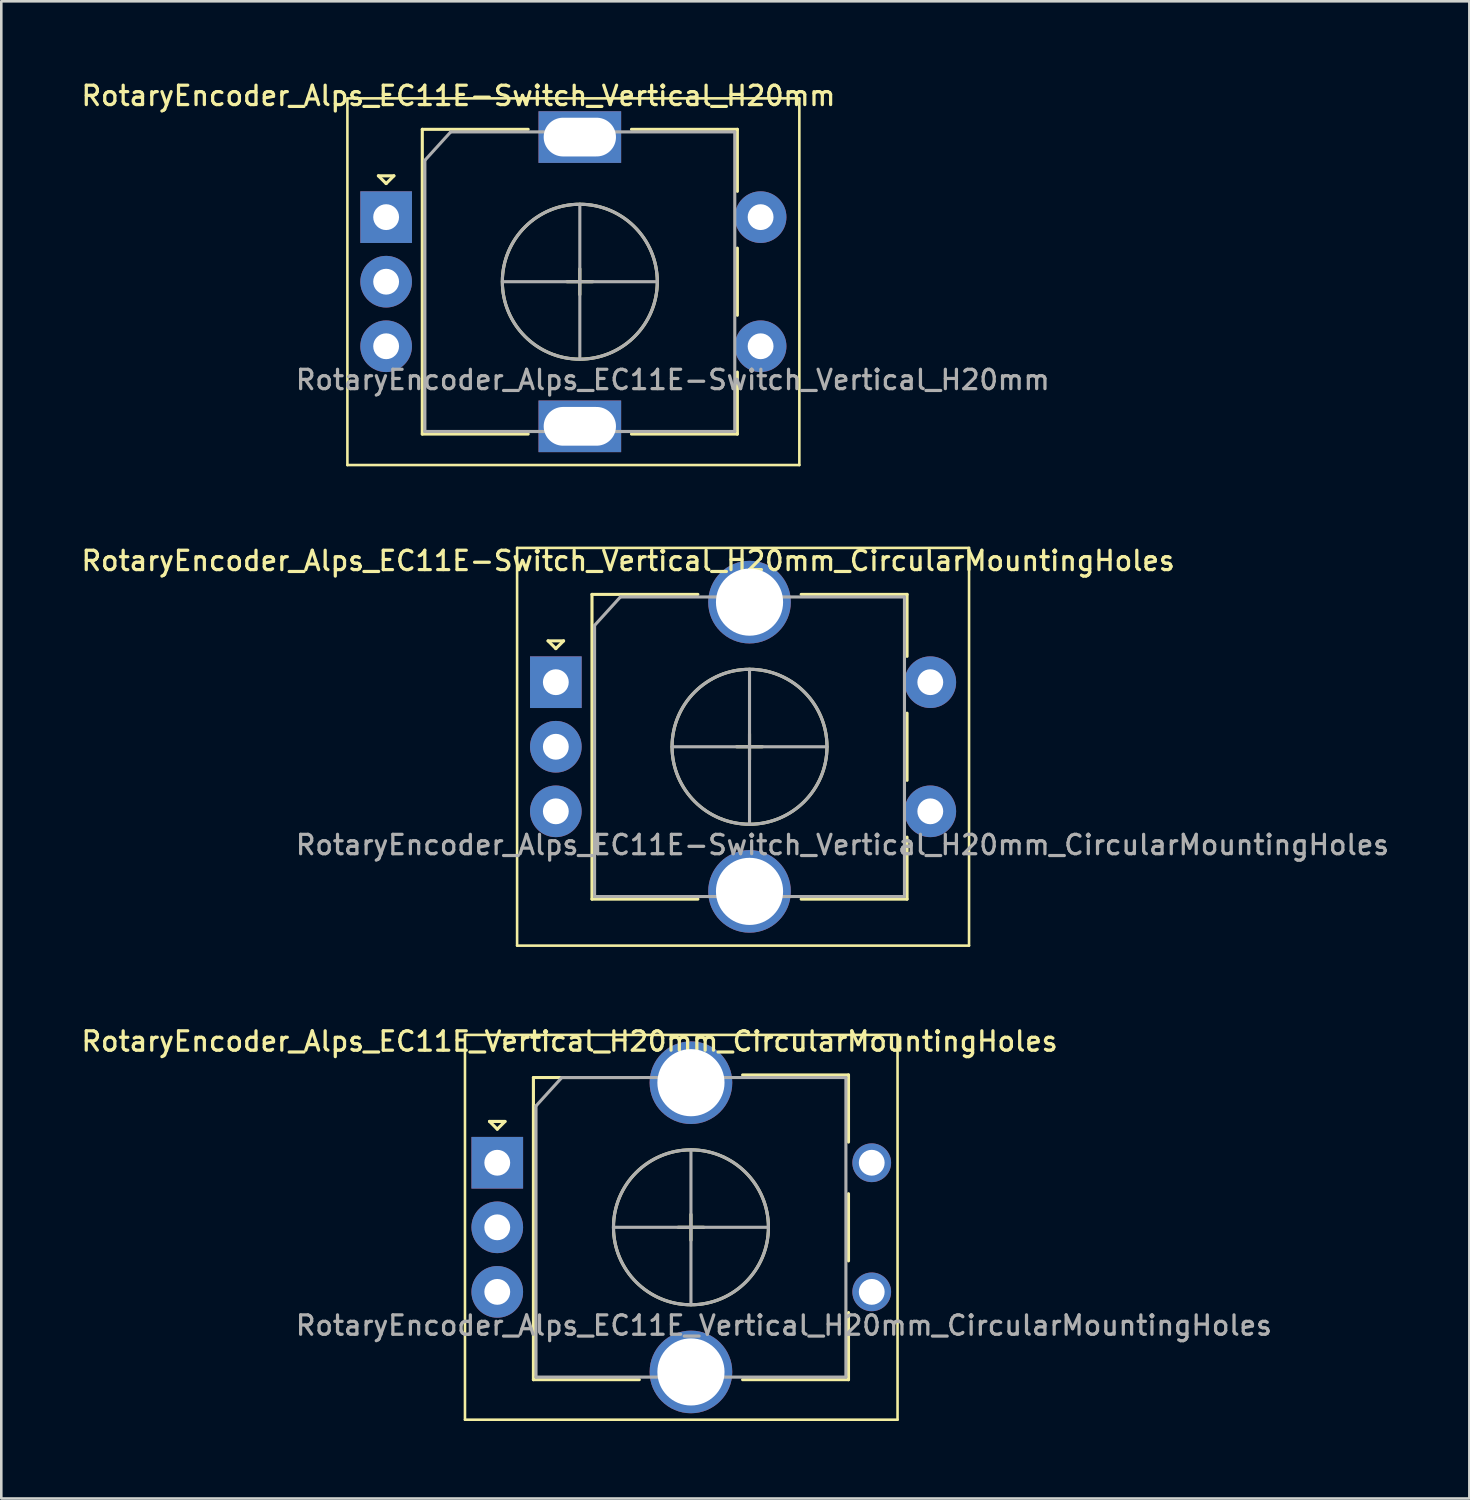
<source format=kicad_pcb>
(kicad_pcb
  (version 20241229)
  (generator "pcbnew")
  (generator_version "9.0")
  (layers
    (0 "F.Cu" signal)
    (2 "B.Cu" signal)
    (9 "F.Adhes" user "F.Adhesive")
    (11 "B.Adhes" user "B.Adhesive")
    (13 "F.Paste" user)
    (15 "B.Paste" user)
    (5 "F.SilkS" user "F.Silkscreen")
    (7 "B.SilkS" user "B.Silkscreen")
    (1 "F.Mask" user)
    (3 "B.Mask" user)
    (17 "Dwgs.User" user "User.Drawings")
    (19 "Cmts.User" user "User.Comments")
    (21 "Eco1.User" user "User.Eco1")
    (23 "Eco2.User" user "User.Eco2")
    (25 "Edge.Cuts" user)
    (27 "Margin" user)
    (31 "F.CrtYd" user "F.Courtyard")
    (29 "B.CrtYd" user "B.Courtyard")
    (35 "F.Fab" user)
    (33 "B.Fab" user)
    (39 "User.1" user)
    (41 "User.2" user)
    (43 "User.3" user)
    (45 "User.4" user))
  (footprint "RotaryEncoder_Alps_EC11E_Vertical_H20mm_CircularMountingHoles"
    (layer "F.Cu")
    (at 16.205 41.974)
    (property "Reference" "RotaryEncoder_Alps_EC11E_Vertical_H20mm_CircularMountingHoles" (at 2.8 -4.7 0) (layer "F.SilkS") (effects (font (size 0.75 0.75) (thickness 0.125))))
    (attr through_hole)
    (fp_line (start -1.25 -4.95) (end -1.25 9.95) (stroke (width 0.1) (type solid)) (layer "F.SilkS"))
    (fp_line (start -1.25 -4.95) (end 15.5 -4.95) (stroke (width 0.1) (type solid)) (layer "F.SilkS"))
    (fp_line (start -0.3 -1.6) (end 0.3 -1.6) (stroke (width 0.12) (type solid)) (layer "F.SilkS"))
    (fp_line (start 0 -1.3) (end -0.3 -1.6) (stroke (width 0.12) (type solid)) (layer "F.SilkS"))
    (fp_line (start 0.3 -1.6) (end 0 -1.3) (stroke (width 0.12) (type solid)) (layer "F.SilkS"))
    (fp_line (start 1.4 -3.3) (end 1.4 8.4) (stroke (width 0.12) (type solid)) (layer "F.SilkS"))
    (fp_line (start 5.5 -3.3) (end 1.4 -3.3) (stroke (width 0.12) (type solid)) (layer "F.SilkS"))
    (fp_line (start 5.5 8.4) (end 1.4 8.4) (stroke (width 0.12) (type solid)) (layer "F.SilkS"))
    (fp_line (start 7 2.5) (end 8 2.5) (stroke (width 0.12) (type solid)) (layer "F.SilkS"))
    (fp_line (start 7.5 2) (end 7.5 3) (stroke (width 0.12) (type solid)) (layer "F.SilkS"))
    (fp_line (start 9.5 -3.4) (end 13.6 -3.4) (stroke (width 0.12) (type solid)) (layer "F.SilkS"))
    (fp_line (start 13.6 -3.4) (end 13.6 -0.8) (stroke (width 0.12) (type solid)) (layer "F.SilkS"))
    (fp_line (start 13.6 1.2) (end 13.6 3.8) (stroke (width 0.12) (type solid)) (layer "F.SilkS"))
    (fp_line (start 13.6 5.8) (end 13.6 8.4) (stroke (width 0.12) (type solid)) (layer "F.SilkS"))
    (fp_line (start 13.6 8.4) (end 9.5 8.4) (stroke (width 0.12) (type solid)) (layer "F.SilkS"))
    (fp_line (start 15.5 9.95) (end -1.25 9.95) (stroke (width 0.1) (type solid)) (layer "F.SilkS"))
    (fp_line (start 15.5 9.95) (end 15.5 -4.95) (stroke (width 0.1) (type solid)) (layer "F.SilkS"))
    (fp_circle (center 7.5 2.5) (end 10.5 2.5) (stroke (width 0.12) (type solid)) (fill no) (layer "F.SilkS"))
    (fp_line (start 1.5 -2.2) (end 2.5 -3.3) (stroke (width 0.12) (type solid)) (layer "F.Fab"))
    (fp_line (start 1.5 8.3) (end 1.5 -2.2) (stroke (width 0.12) (type solid)) (layer "F.Fab"))
    (fp_line (start 2.5 -3.3) (end 13.5 -3.3) (stroke (width 0.12) (type solid)) (layer "F.Fab"))
    (fp_line (start 4.5 2.5) (end 10.5 2.5) (stroke (width 0.12) (type solid)) (layer "F.Fab"))
    (fp_line (start 7.5 -0.5) (end 7.5 5.5) (stroke (width 0.12) (type solid)) (layer "F.Fab"))
    (fp_line (start 13.5 -3.3) (end 13.5 8.3) (stroke (width 0.12) (type solid)) (layer "F.Fab"))
    (fp_line (start 13.5 8.3) (end 1.5 8.3) (stroke (width 0.12) (type solid)) (layer "F.Fab"))
    (fp_circle (center 7.5 2.5) (end 10.5 2.5) (stroke (width 0.12) (type solid)) (fill no) (layer "F.Fab"))
    (fp_text user "${REFERENCE}" (at 11.1 6.3 0) (layer "F.Fab") (effects (font (size 0.75 0.75) (thickness 0.125))))
    (pad "" thru_hole circle (at 14.5 0) (size 1.5 1.5) (drill 1) (layers "*.Cu" "*.Mask"))
    (pad "" thru_hole circle (at 14.5 5) (size 1.5 1.5) (drill 1) (layers "*.Cu" "*.Mask"))
    (pad "A" thru_hole rect (at 0 0) (size 2 2) (drill 1) (layers "*.Cu" "*.Mask"))
    (pad "B" thru_hole circle (at 0 5) (size 2 2) (drill 1) (layers "*.Cu" "*.Mask"))
    (pad "C" thru_hole circle (at 0 2.5) (size 2 2) (drill 1) (layers "*.Cu" "*.Mask"))
    (pad "MP" thru_hole circle (at 7.5 -3.1) (size 3.2 3.2) (drill 2.6) (layers "*.Cu" "*.Mask"))
    (pad "MP" thru_hole circle (at 7.5 8.1) (size 3.2 3.2) (drill 2.6) (layers "*.Cu" "*.Mask")))
  (footprint "RotaryEncoder_Alps_EC11E-Switch_Vertical_H20mm_CircularMountingHoles"
    (layer "F.Cu")
    (at 18.473 23.366)
    (property "Reference" "RotaryEncoder_Alps_EC11E-Switch_Vertical_H20mm_CircularMountingHoles" (at 2.8 -4.7 0) (layer "F.SilkS") (effects (font (size 0.75 0.75) (thickness 0.125))))
    (attr through_hole)
    (fp_line (start -1.5 -5.2) (end -1.5 10.2) (stroke (width 0.1) (type solid)) (layer "F.SilkS"))
    (fp_line (start -1.5 -5.2) (end 16 -5.2) (stroke (width 0.1) (type solid)) (layer "F.SilkS"))
    (fp_line (start -0.3 -1.6) (end 0.3 -1.6) (stroke (width 0.12) (type solid)) (layer "F.SilkS"))
    (fp_line (start 0 -1.3) (end -0.3 -1.6) (stroke (width 0.12) (type solid)) (layer "F.SilkS"))
    (fp_line (start 0.3 -1.6) (end 0 -1.3) (stroke (width 0.12) (type solid)) (layer "F.SilkS"))
    (fp_line (start 1.4 -3.4) (end 1.4 8.4) (stroke (width 0.12) (type solid)) (layer "F.SilkS"))
    (fp_line (start 5.5 -3.4) (end 1.4 -3.4) (stroke (width 0.12) (type solid)) (layer "F.SilkS"))
    (fp_line (start 5.5 8.4) (end 1.4 8.4) (stroke (width 0.12) (type solid)) (layer "F.SilkS"))
    (fp_line (start 7 2.5) (end 8 2.5) (stroke (width 0.12) (type solid)) (layer "F.SilkS"))
    (fp_line (start 7.5 2) (end 7.5 3) (stroke (width 0.12) (type solid)) (layer "F.SilkS"))
    (fp_line (start 9.5 -3.4) (end 13.6 -3.4) (stroke (width 0.12) (type solid)) (layer "F.SilkS"))
    (fp_line (start 13.6 -3.4) (end 13.6 -1) (stroke (width 0.12) (type solid)) (layer "F.SilkS"))
    (fp_line (start 13.6 1.2) (end 13.6 3.8) (stroke (width 0.12) (type solid)) (layer "F.SilkS"))
    (fp_line (start 13.6 6) (end 13.6 8.4) (stroke (width 0.12) (type solid)) (layer "F.SilkS"))
    (fp_line (start 13.6 8.4) (end 9.5 8.4) (stroke (width 0.12) (type solid)) (layer "F.SilkS"))
    (fp_line (start 16 10.2) (end -1.5 10.2) (stroke (width 0.1) (type solid)) (layer "F.SilkS"))
    (fp_line (start 16 10.2) (end 16 -5.2) (stroke (width 0.1) (type solid)) (layer "F.SilkS"))
    (fp_circle (center 7.5 2.5) (end 10.5 2.5) (stroke (width 0.12) (type solid)) (fill no) (layer "F.SilkS"))
    (fp_line (start 1.5 -2.2) (end 2.5 -3.3) (stroke (width 0.12) (type solid)) (layer "F.Fab"))
    (fp_line (start 1.5 8.3) (end 1.5 -2.2) (stroke (width 0.12) (type solid)) (layer "F.Fab"))
    (fp_line (start 2.5 -3.3) (end 13.5 -3.3) (stroke (width 0.12) (type solid)) (layer "F.Fab"))
    (fp_line (start 4.5 2.5) (end 10.5 2.5) (stroke (width 0.12) (type solid)) (layer "F.Fab"))
    (fp_line (start 7.5 -0.5) (end 7.5 5.5) (stroke (width 0.12) (type solid)) (layer "F.Fab"))
    (fp_line (start 13.5 -3.3) (end 13.5 8.3) (stroke (width 0.12) (type solid)) (layer "F.Fab"))
    (fp_line (start 13.5 8.3) (end 1.5 8.3) (stroke (width 0.12) (type solid)) (layer "F.Fab"))
    (fp_circle (center 7.5 2.5) (end 10.5 2.5) (stroke (width 0.12) (type solid)) (fill no) (layer "F.Fab"))
    (fp_text user "${REFERENCE}" (at 11.1 6.3 0) (layer "F.Fab") (effects (font (size 0.75 0.75) (thickness 0.125))))
    (pad "A" thru_hole rect (at 0 0) (size 2 2) (drill 1) (layers "*.Cu" "*.Mask"))
    (pad "B" thru_hole circle (at 0 5) (size 2 2) (drill 1) (layers "*.Cu" "*.Mask"))
    (pad "C" thru_hole circle (at 0 2.5) (size 2 2) (drill 1) (layers "*.Cu" "*.Mask"))
    (pad "MP" thru_hole circle (at 7.5 -3.1) (size 3.2 3.2) (drill 2.6) (layers "*.Cu" "*.Mask"))
    (pad "MP" thru_hole circle (at 7.5 8.1) (size 3.2 3.2) (drill 2.6) (layers "*.Cu" "*.Mask"))
    (pad "S1" thru_hole circle (at 14.5 5) (size 2 2) (drill 1) (layers "*.Cu" "*.Mask"))
    (pad "S2" thru_hole circle (at 14.5 0) (size 2 2) (drill 1) (layers "*.Cu" "*.Mask")))
  (footprint "RotaryEncoder_Alps_EC11E-Switch_Vertical_H20mm"
    (layer "F.Cu")
    (at 11.902 5.358)
    (property "Reference" "RotaryEncoder_Alps_EC11E-Switch_Vertical_H20mm" (at 2.8 -4.7 0) (layer "F.SilkS") (effects (font (size 0.75 0.75) (thickness 0.125))))
    (attr through_hole)
    (fp_line (start -1.5 -4.6) (end -1.5 9.6) (stroke (width 0.1) (type solid)) (layer "F.SilkS"))
    (fp_line (start -1.5 -4.6) (end 16 -4.6) (stroke (width 0.1) (type solid)) (layer "F.SilkS"))
    (fp_line (start -0.3 -1.6) (end 0.3 -1.6) (stroke (width 0.12) (type solid)) (layer "F.SilkS"))
    (fp_line (start 0 -1.3) (end -0.3 -1.6) (stroke (width 0.12) (type solid)) (layer "F.SilkS"))
    (fp_line (start 0.3 -1.6) (end 0 -1.3) (stroke (width 0.12) (type solid)) (layer "F.SilkS"))
    (fp_line (start 1.4 -3.4) (end 1.4 8.4) (stroke (width 0.12) (type solid)) (layer "F.SilkS"))
    (fp_line (start 5.5 -3.4) (end 1.4 -3.4) (stroke (width 0.12) (type solid)) (layer "F.SilkS"))
    (fp_line (start 5.5 8.4) (end 1.4 8.4) (stroke (width 0.12) (type solid)) (layer "F.SilkS"))
    (fp_line (start 7 2.5) (end 8 2.5) (stroke (width 0.12) (type solid)) (layer "F.SilkS"))
    (fp_line (start 7.5 2) (end 7.5 3) (stroke (width 0.12) (type solid)) (layer "F.SilkS"))
    (fp_line (start 9.5 -3.4) (end 13.6 -3.4) (stroke (width 0.12) (type solid)) (layer "F.SilkS"))
    (fp_line (start 13.6 -3.4) (end 13.6 -1) (stroke (width 0.12) (type solid)) (layer "F.SilkS"))
    (fp_line (start 13.6 1.2) (end 13.6 3.8) (stroke (width 0.12) (type solid)) (layer "F.SilkS"))
    (fp_line (start 13.6 6) (end 13.6 8.4) (stroke (width 0.12) (type solid)) (layer "F.SilkS"))
    (fp_line (start 13.6 8.4) (end 9.5 8.4) (stroke (width 0.12) (type solid)) (layer "F.SilkS"))
    (fp_line (start 16 9.6) (end -1.5 9.6) (stroke (width 0.1) (type solid)) (layer "F.SilkS"))
    (fp_line (start 16 9.6) (end 16 -4.6) (stroke (width 0.1) (type solid)) (layer "F.SilkS"))
    (fp_circle (center 7.5 2.5) (end 10.5 2.5) (stroke (width 0.12) (type solid)) (fill no) (layer "F.SilkS"))
    (fp_line (start 1.5 -2.2) (end 2.5 -3.3) (stroke (width 0.12) (type solid)) (layer "F.Fab"))
    (fp_line (start 1.5 8.3) (end 1.5 -2.2) (stroke (width 0.12) (type solid)) (layer "F.Fab"))
    (fp_line (start 2.5 -3.3) (end 13.5 -3.3) (stroke (width 0.12) (type solid)) (layer "F.Fab"))
    (fp_line (start 4.5 2.5) (end 10.5 2.5) (stroke (width 0.12) (type solid)) (layer "F.Fab"))
    (fp_line (start 7.5 -0.5) (end 7.5 5.5) (stroke (width 0.12) (type solid)) (layer "F.Fab"))
    (fp_line (start 13.5 -3.3) (end 13.5 8.3) (stroke (width 0.12) (type solid)) (layer "F.Fab"))
    (fp_line (start 13.5 8.3) (end 1.5 8.3) (stroke (width 0.12) (type solid)) (layer "F.Fab"))
    (fp_circle (center 7.5 2.5) (end 10.5 2.5) (stroke (width 0.12) (type solid)) (fill no) (layer "F.Fab"))
    (fp_text user "${REFERENCE}" (at 11.1 6.3 0) (layer "F.Fab") (effects (font (size 0.75 0.75) (thickness 0.125))))
    (pad "A" thru_hole rect (at 0 0) (size 2 2) (drill 1) (layers "*.Cu" "*.Mask"))
    (pad "B" thru_hole circle (at 0 5) (size 2 2) (drill 1) (layers "*.Cu" "*.Mask"))
    (pad "C" thru_hole circle (at 0 2.5) (size 2 2) (drill 1) (layers "*.Cu" "*.Mask"))
    (pad "MP" thru_hole rect (at 7.5 -3.1) (size 3.2 2) (drill oval 2.8 1.5) (layers "*.Cu" "*.Mask"))
    (pad "MP" thru_hole rect (at 7.5 8.1) (size 3.2 2) (drill oval 2.8 1.5) (layers "*.Cu" "*.Mask"))
    (pad "S1" thru_hole circle (at 14.5 5) (size 2 2) (drill 1) (layers "*.Cu" "*.Mask"))
    (pad "S2" thru_hole circle (at 14.5 0) (size 2 2) (drill 1) (layers "*.Cu" "*.Mask")))
  (gr_rect
    (start -3 -3)
    (end 53.846 54.974)
    (stroke (width 0.1) (type default))
    (fill no)
    (layer "Edge.Cuts")))
</source>
